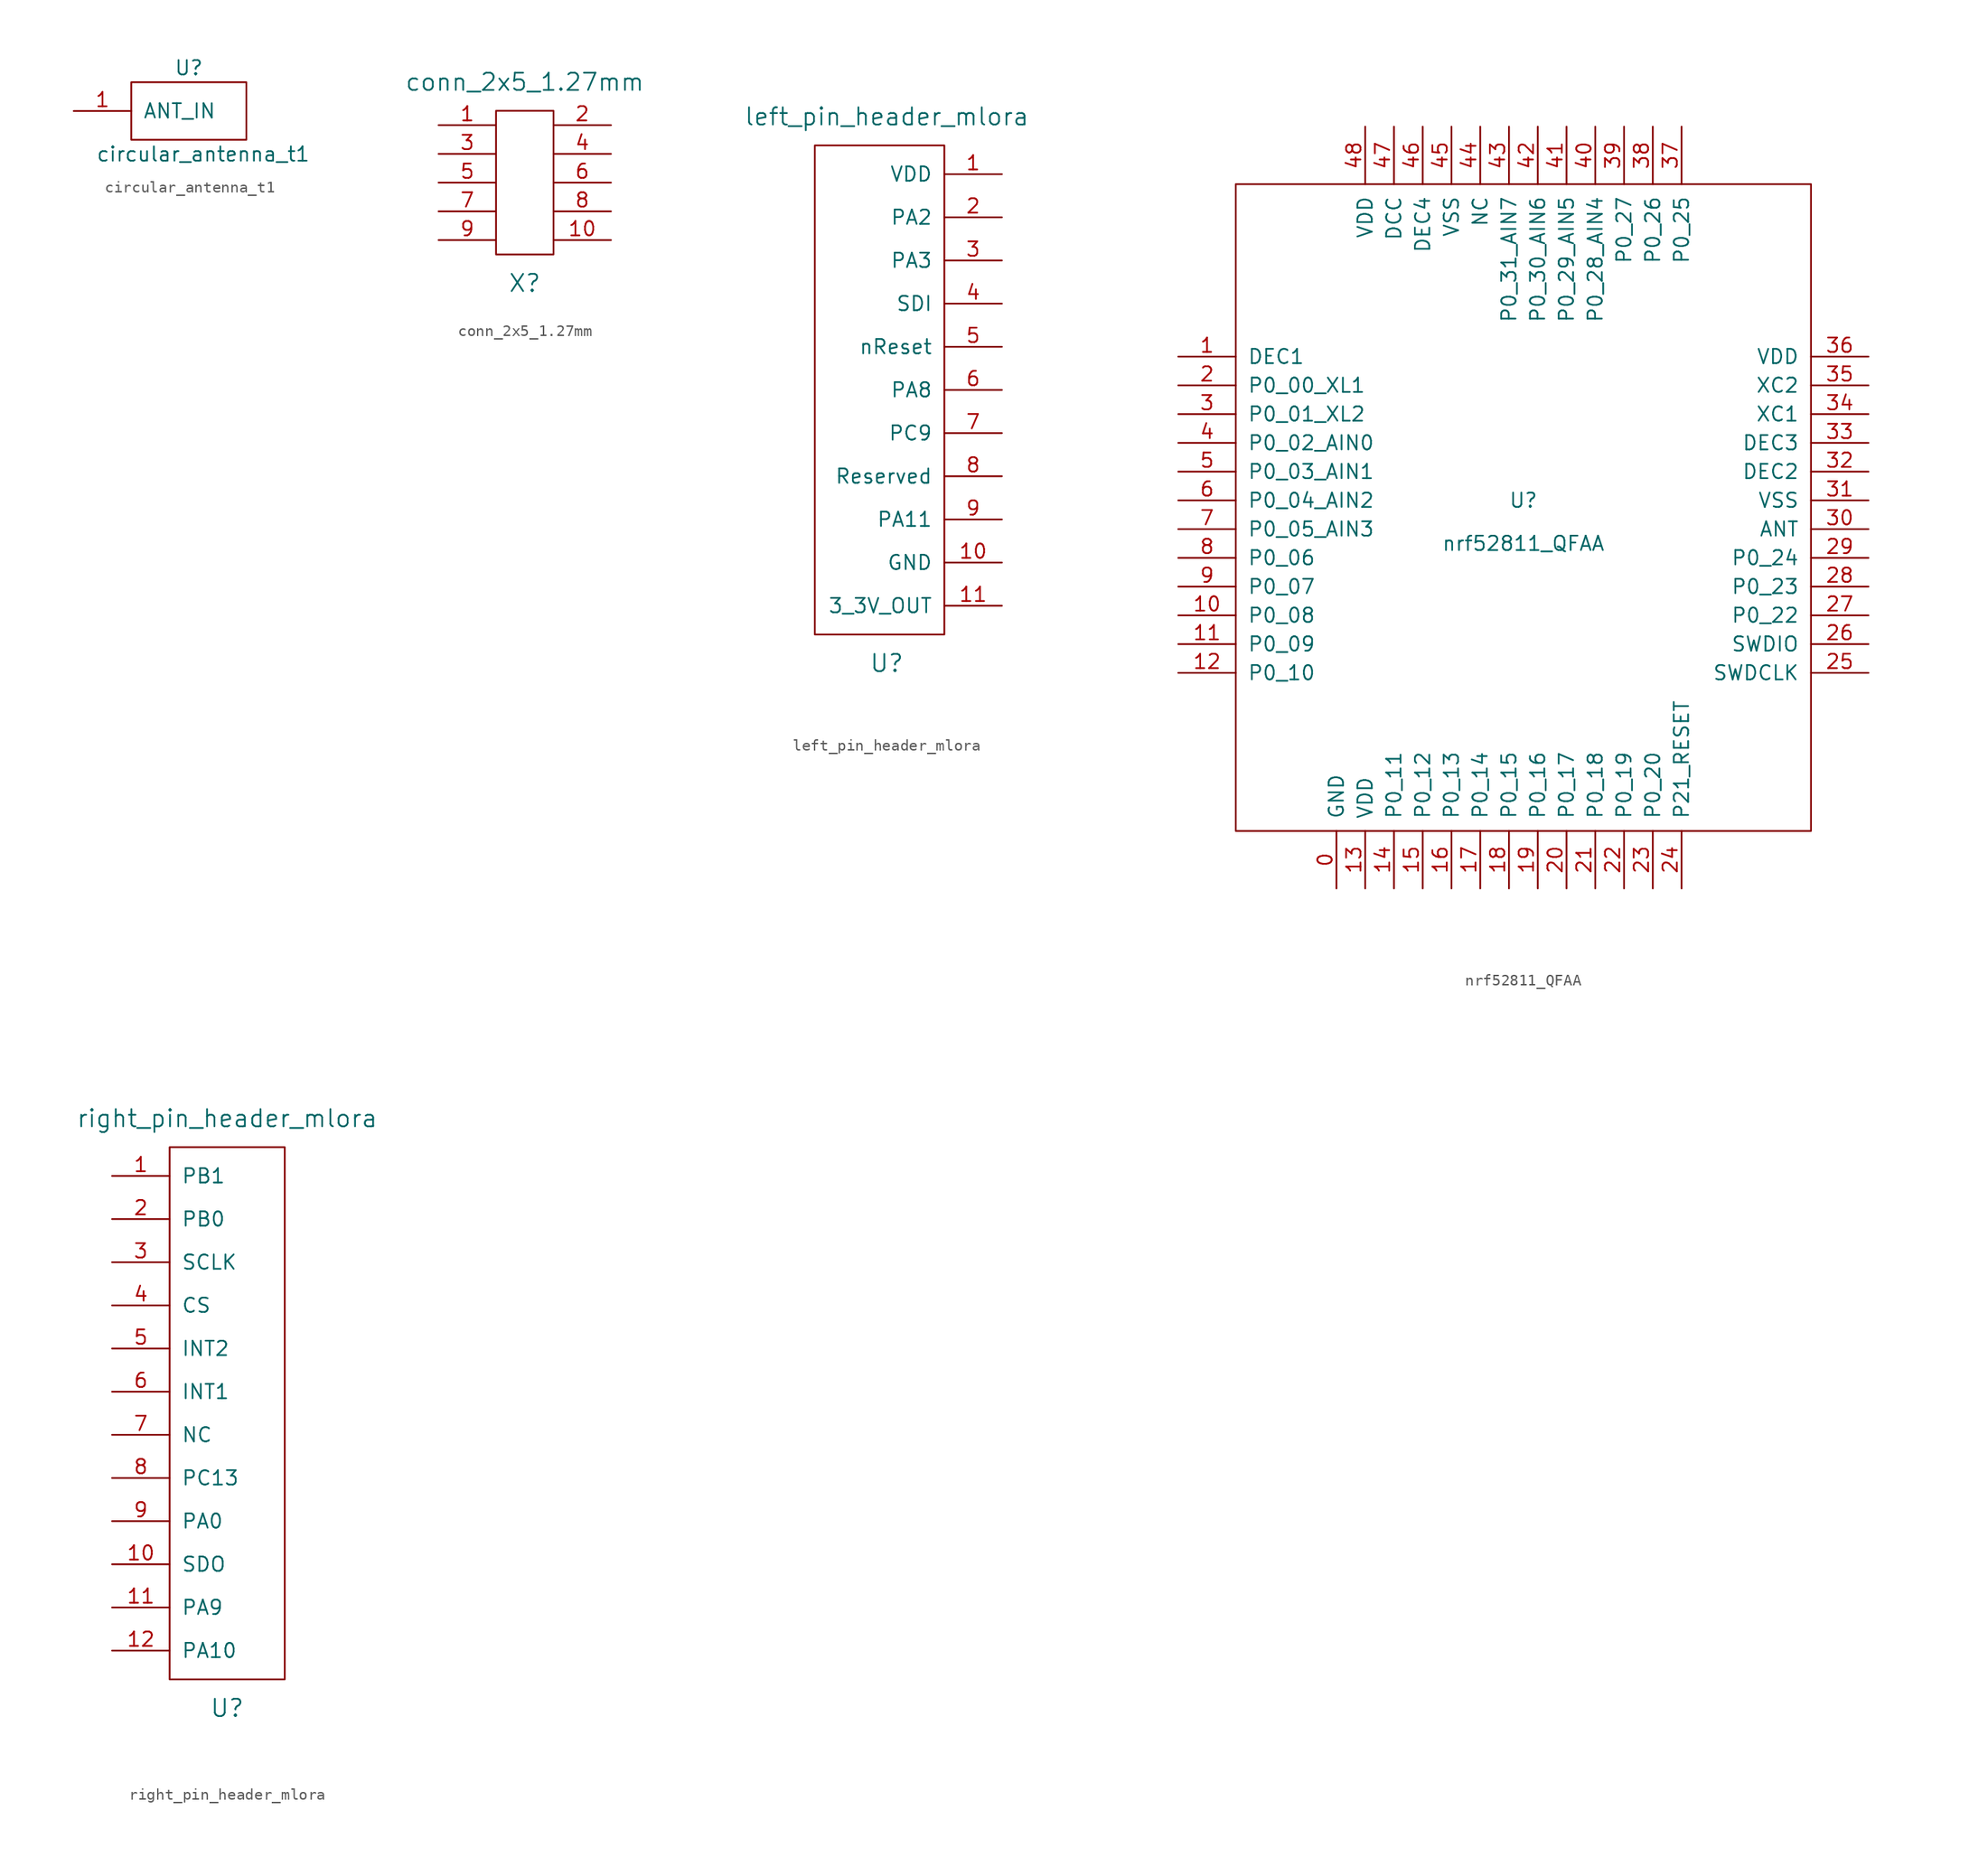
<source format=kicad_sym>
(kicad_symbol_lib
  (version 20211014)
  (generator kicad_symbol_editor)
  (symbol "circular_antenna_t1"
    (pin_names
      (offset 1.016))
    (property "Reference" "U"
      (at 0 3.81 0)
      (effects (font (size 1.27 1.27))))
    (property "Value" "circular_antenna_t1"
      (at 1.27 -3.81 0)
      (effects (font (size 1.27 1.27))))
    (symbol "circular_antenna_t1_1_1"
      (polyline (pts (xy 5.08 -2.54) (xy 5.08 2.54) (xy -5.08 2.54) (xy -5.08 -2.54) (xy 5.08 -2.54)) (stroke (width 0) (type default) (color 0 0 0 0)) (fill (type none)))
      (pin input line (at -10.16 0 0) (length 5.08) (name "ANT_IN" (effects (font (size 1.27 1.27)))) (number "1" (effects (font (size 1.27 1.27)))))))
  (symbol "conn_2x5_1.27mm"
    (pin_names
      (offset 1.016))
    (property "Reference" "X"
      (at 0 -8.89 0)
      (effects (font (size 1.524 1.524))))
    (property "Value" "conn_2x5_1.27mm"
      (at 0 8.89 0)
      (effects (font (size 1.524 1.524))))
    (property "Footprint" ""
      (at 1.27 7.62 0)
      (effects (font (size 1.524 1.524))))
    (property "Datasheet" ""
      (at 1.27 7.62 0)
      (effects (font (size 1.524 1.524))))
    (symbol "conn_2x5_1.27mm_0_1"
      (rectangle (start -2.54 6.35) (end 2.54 -6.35) (stroke (width 0) (type default) (color 0 0 0 0)) (fill (type none))))
    (symbol "conn_2x5_1.27mm_1_1"
      (pin input line (at -7.62 5.08 0) (length 5.08) (name "~" (effects (font (size 1.27 1.27)))) (number "1" (effects (font (size 1.27 1.27)))))
      (pin input line (at 7.62 -5.08 180) (length 5.08) (name "~" (effects (font (size 1.27 1.27)))) (number "10" (effects (font (size 1.27 1.27)))))
      (pin input line (at 7.62 5.08 180) (length 5.08) (name "~" (effects (font (size 1.27 1.27)))) (number "2" (effects (font (size 1.27 1.27)))))
      (pin input line (at -7.62 2.54 0) (length 5.08) (name "~" (effects (font (size 1.27 1.27)))) (number "3" (effects (font (size 1.27 1.27)))))
      (pin input line (at 7.62 2.54 180) (length 5.08) (name "~" (effects (font (size 1.27 1.27)))) (number "4" (effects (font (size 1.27 1.27)))))
      (pin input line (at -7.62 0 0) (length 5.08) (name "~" (effects (font (size 1.27 1.27)))) (number "5" (effects (font (size 1.27 1.27)))))
      (pin input line (at 7.62 0 180) (length 5.08) (name "~" (effects (font (size 1.27 1.27)))) (number "6" (effects (font (size 1.27 1.27)))))
      (pin input line (at -7.62 -2.54 0) (length 5.08) (name "~" (effects (font (size 1.27 1.27)))) (number "7" (effects (font (size 1.27 1.27)))))
      (pin input line (at 7.62 -2.54 180) (length 5.08) (name "~" (effects (font (size 1.27 1.27)))) (number "8" (effects (font (size 1.27 1.27)))))
      (pin input line (at -7.62 -5.08 0) (length 5.08) (name "~" (effects (font (size 1.27 1.27)))) (number "9" (effects (font (size 1.27 1.27)))))))
  (symbol "left_pin_header_mlora"
    (pin_names
      (offset 1.016))
    (property "Reference" "U"
      (at -7.62 -24.13 0)
      (effects (font (size 1.524 1.524))))
    (property "Value" "left_pin_header_mlora"
      (at -7.62 24.13 0)
      (effects (font (size 1.524 1.524))))
    (property "Footprint" ""
      (at 0 0 0)
      (effects (font (size 1.524 1.524))))
    (property "Datasheet" ""
      (at 0 0 0)
      (effects (font (size 1.524 1.524))))
    (symbol "left_pin_header_mlora_0_1"
      (rectangle (start -2.54 21.59) (end -13.97 -21.59) (stroke (width 0) (type default) (color 0 0 0 0)) (fill (type none))))
    (symbol "left_pin_header_mlora_1_1"
      (pin input line (at 2.54 19.05 180) (length 5.08) (name "VDD" (effects (font (size 1.27 1.27)))) (number "1" (effects (font (size 1.27 1.27)))))
      (pin input line (at 2.54 -15.24 180) (length 5.08) (name "GND" (effects (font (size 1.27 1.27)))) (number "10" (effects (font (size 1.27 1.27)))))
      (pin input line (at 2.54 -19.05 180) (length 5.08) (name "3_3V_OUT" (effects (font (size 1.27 1.27)))) (number "11" (effects (font (size 1.27 1.27)))))
      (pin input line (at 2.54 15.24 180) (length 5.08) (name "PA2" (effects (font (size 1.27 1.27)))) (number "2" (effects (font (size 1.27 1.27)))))
      (pin input line (at 2.54 11.43 180) (length 5.08) (name "PA3" (effects (font (size 1.27 1.27)))) (number "3" (effects (font (size 1.27 1.27)))))
      (pin input line (at 2.54 7.62 180) (length 5.08) (name "SDI" (effects (font (size 1.27 1.27)))) (number "4" (effects (font (size 1.27 1.27)))))
      (pin input line (at 2.54 3.81 180) (length 5.08) (name "nReset" (effects (font (size 1.27 1.27)))) (number "5" (effects (font (size 1.27 1.27)))))
      (pin input line (at 2.54 0 180) (length 5.08) (name "PA8" (effects (font (size 1.27 1.27)))) (number "6" (effects (font (size 1.27 1.27)))))
      (pin input line (at 2.54 -3.81 180) (length 5.08) (name "PC9" (effects (font (size 1.27 1.27)))) (number "7" (effects (font (size 1.27 1.27)))))
      (pin input line (at 2.54 -7.62 180) (length 5.08) (name "Reserved" (effects (font (size 1.27 1.27)))) (number "8" (effects (font (size 1.27 1.27)))))
      (pin input line (at 2.54 -11.43 180) (length 5.08) (name "PA11" (effects (font (size 1.27 1.27)))) (number "9" (effects (font (size 1.27 1.27)))))))
  (symbol "nrf52811_QFAA"
    (pin_names
      (offset 1.016))
    (property "Reference" "U"
      (at 0 1.27 0)
      (effects (font (size 1.27 1.27))))
    (property "Value" "nrf52811_QFAA"
      (at 0 -2.54 0)
      (effects (font (size 1.27 1.27))))
    (symbol "nrf52811_QFAA_0_1"
      (rectangle (start -25.4 29.21) (end 25.4 -27.94) (stroke (width 0) (type default) (color 0 0 0 0)) (fill (type none))))
    (symbol "nrf52811_QFAA_1_1"
      (pin input line (at -16.51 -33.02 90) (length 5.08) (name "GND" (effects (font (size 1.27 1.27)))) (number "0" (effects (font (size 1.27 1.27)))))
      (pin input line (at -30.48 13.97 0) (length 5.08) (name "DEC1" (effects (font (size 1.27 1.27)))) (number "1" (effects (font (size 1.27 1.27)))))
      (pin input line (at -30.48 -8.89 0) (length 5.08) (name "P0_08" (effects (font (size 1.27 1.27)))) (number "10" (effects (font (size 1.27 1.27)))))
      (pin input line (at -30.48 -11.43 0) (length 5.08) (name "P0_09" (effects (font (size 1.27 1.27)))) (number "11" (effects (font (size 1.27 1.27)))))
      (pin input line (at -30.48 -13.97 0) (length 5.08) (name "P0_10" (effects (font (size 1.27 1.27)))) (number "12" (effects (font (size 1.27 1.27)))))
      (pin input line (at -13.97 -33.02 90) (length 5.08) (name "VDD" (effects (font (size 1.27 1.27)))) (number "13" (effects (font (size 1.27 1.27)))))
      (pin input line (at -11.43 -33.02 90) (length 5.08) (name "P0_11" (effects (font (size 1.27 1.27)))) (number "14" (effects (font (size 1.27 1.27)))))
      (pin input line (at -8.89 -33.02 90) (length 5.08) (name "P0_12" (effects (font (size 1.27 1.27)))) (number "15" (effects (font (size 1.27 1.27)))))
      (pin input line (at -6.35 -33.02 90) (length 5.08) (name "P0_13" (effects (font (size 1.27 1.27)))) (number "16" (effects (font (size 1.27 1.27)))))
      (pin input line (at -3.81 -33.02 90) (length 5.08) (name "P0_14" (effects (font (size 1.27 1.27)))) (number "17" (effects (font (size 1.27 1.27)))))
      (pin input line (at -1.27 -33.02 90) (length 5.08) (name "P0_15" (effects (font (size 1.27 1.27)))) (number "18" (effects (font (size 1.27 1.27)))))
      (pin input line (at 1.27 -33.02 90) (length 5.08) (name "P0_16" (effects (font (size 1.27 1.27)))) (number "19" (effects (font (size 1.27 1.27)))))
      (pin input line (at -30.48 11.43 0) (length 5.08) (name "P0_00_XL1" (effects (font (size 1.27 1.27)))) (number "2" (effects (font (size 1.27 1.27)))))
      (pin input line (at 3.81 -33.02 90) (length 5.08) (name "P0_17" (effects (font (size 1.27 1.27)))) (number "20" (effects (font (size 1.27 1.27)))))
      (pin input line (at 6.35 -33.02 90) (length 5.08) (name "P0_18" (effects (font (size 1.27 1.27)))) (number "21" (effects (font (size 1.27 1.27)))))
      (pin input line (at 8.89 -33.02 90) (length 5.08) (name "P0_19" (effects (font (size 1.27 1.27)))) (number "22" (effects (font (size 1.27 1.27)))))
      (pin input line (at 11.43 -33.02 90) (length 5.08) (name "P0_20" (effects (font (size 1.27 1.27)))) (number "23" (effects (font (size 1.27 1.27)))))
      (pin input line (at 13.97 -33.02 90) (length 5.08) (name "P21_RESET" (effects (font (size 1.27 1.27)))) (number "24" (effects (font (size 1.27 1.27)))))
      (pin input line (at 30.48 -13.97 180) (length 5.08) (name "SWDCLK" (effects (font (size 1.27 1.27)))) (number "25" (effects (font (size 1.27 1.27)))))
      (pin input line (at 30.48 -11.43 180) (length 5.08) (name "SWDIO" (effects (font (size 1.27 1.27)))) (number "26" (effects (font (size 1.27 1.27)))))
      (pin input line (at 30.48 -8.89 180) (length 5.08) (name "P0_22" (effects (font (size 1.27 1.27)))) (number "27" (effects (font (size 1.27 1.27)))))
      (pin input line (at 30.48 -6.35 180) (length 5.08) (name "P0_23" (effects (font (size 1.27 1.27)))) (number "28" (effects (font (size 1.27 1.27)))))
      (pin input line (at 30.48 -3.81 180) (length 5.08) (name "P0_24" (effects (font (size 1.27 1.27)))) (number "29" (effects (font (size 1.27 1.27)))))
      (pin input line (at -30.48 8.89 0) (length 5.08) (name "P0_01_XL2" (effects (font (size 1.27 1.27)))) (number "3" (effects (font (size 1.27 1.27)))))
      (pin input line (at 30.48 -1.27 180) (length 5.08) (name "ANT" (effects (font (size 1.27 1.27)))) (number "30" (effects (font (size 1.27 1.27)))))
      (pin input line (at 30.48 1.27 180) (length 5.08) (name "VSS" (effects (font (size 1.27 1.27)))) (number "31" (effects (font (size 1.27 1.27)))))
      (pin input line (at 30.48 3.81 180) (length 5.08) (name "DEC2" (effects (font (size 1.27 1.27)))) (number "32" (effects (font (size 1.27 1.27)))))
      (pin input line (at 30.48 6.35 180) (length 5.08) (name "DEC3" (effects (font (size 1.27 1.27)))) (number "33" (effects (font (size 1.27 1.27)))))
      (pin input line (at 30.48 8.89 180) (length 5.08) (name "XC1" (effects (font (size 1.27 1.27)))) (number "34" (effects (font (size 1.27 1.27)))))
      (pin input line (at 30.48 11.43 180) (length 5.08) (name "XC2" (effects (font (size 1.27 1.27)))) (number "35" (effects (font (size 1.27 1.27)))))
      (pin input line (at 30.48 13.97 180) (length 5.08) (name "VDD" (effects (font (size 1.27 1.27)))) (number "36" (effects (font (size 1.27 1.27)))))
      (pin input line (at 13.97 34.29 270) (length 5.08) (name "P0_25" (effects (font (size 1.27 1.27)))) (number "37" (effects (font (size 1.27 1.27)))))
      (pin input line (at 11.43 34.29 270) (length 5.08) (name "P0_26" (effects (font (size 1.27 1.27)))) (number "38" (effects (font (size 1.27 1.27)))))
      (pin input line (at 8.89 34.29 270) (length 5.08) (name "P0_27" (effects (font (size 1.27 1.27)))) (number "39" (effects (font (size 1.27 1.27)))))
      (pin input line (at -30.48 6.35 0) (length 5.08) (name "P0_02_AIN0" (effects (font (size 1.27 1.27)))) (number "4" (effects (font (size 1.27 1.27)))))
      (pin input line (at 6.35 34.29 270) (length 5.08) (name "P0_28_AIN4" (effects (font (size 1.27 1.27)))) (number "40" (effects (font (size 1.27 1.27)))))
      (pin input line (at 3.81 34.29 270) (length 5.08) (name "P0_29_AIN5" (effects (font (size 1.27 1.27)))) (number "41" (effects (font (size 1.27 1.27)))))
      (pin input line (at 1.27 34.29 270) (length 5.08) (name "P0_30_AIN6" (effects (font (size 1.27 1.27)))) (number "42" (effects (font (size 1.27 1.27)))))
      (pin input line (at -1.27 34.29 270) (length 5.08) (name "P0_31_AIN7" (effects (font (size 1.27 1.27)))) (number "43" (effects (font (size 1.27 1.27)))))
      (pin input line (at -3.81 34.29 270) (length 5.08) (name "NC" (effects (font (size 1.27 1.27)))) (number "44" (effects (font (size 1.27 1.27)))))
      (pin input line (at -6.35 34.29 270) (length 5.08) (name "VSS" (effects (font (size 1.27 1.27)))) (number "45" (effects (font (size 1.27 1.27)))))
      (pin input line (at -8.89 34.29 270) (length 5.08) (name "DEC4" (effects (font (size 1.27 1.27)))) (number "46" (effects (font (size 1.27 1.27)))))
      (pin input line (at -11.43 34.29 270) (length 5.08) (name "DCC" (effects (font (size 1.27 1.27)))) (number "47" (effects (font (size 1.27 1.27)))))
      (pin input line (at -13.97 34.29 270) (length 5.08) (name "VDD" (effects (font (size 1.27 1.27)))) (number "48" (effects (font (size 1.27 1.27)))))
      (pin input line (at -30.48 3.81 0) (length 5.08) (name "P0_03_AIN1" (effects (font (size 1.27 1.27)))) (number "5" (effects (font (size 1.27 1.27)))))
      (pin input line (at -30.48 1.27 0) (length 5.08) (name "P0_04_AIN2" (effects (font (size 1.27 1.27)))) (number "6" (effects (font (size 1.27 1.27)))))
      (pin input line (at -30.48 -1.27 0) (length 5.08) (name "P0_05_AIN3" (effects (font (size 1.27 1.27)))) (number "7" (effects (font (size 1.27 1.27)))))
      (pin input line (at -30.48 -3.81 0) (length 5.08) (name "P0_06" (effects (font (size 1.27 1.27)))) (number "8" (effects (font (size 1.27 1.27)))))
      (pin input line (at -30.48 -6.35 0) (length 5.08) (name "P0_07" (effects (font (size 1.27 1.27)))) (number "9" (effects (font (size 1.27 1.27)))))))
  (symbol "right_pin_header_mlora"
    (pin_names
      (offset 1.016))
    (property "Reference" "U"
      (at -1.27 -27.94 0)
      (effects (font (size 1.524 1.524))))
    (property "Value" "right_pin_header_mlora"
      (at -1.27 24.13 0)
      (effects (font (size 1.524 1.524))))
    (property "Footprint" ""
      (at -8.89 0 0)
      (effects (font (size 1.524 1.524))))
    (property "Datasheet" ""
      (at -8.89 0 0)
      (effects (font (size 1.524 1.524))))
    (symbol "right_pin_header_mlora_0_1"
      (rectangle (start -6.35 21.59) (end 3.81 -25.4) (stroke (width 0) (type default) (color 0 0 0 0)) (fill (type none))))
    (symbol "right_pin_header_mlora_1_1"
      (pin input line (at -11.43 19.05 0) (length 5.08) (name "PB1" (effects (font (size 1.27 1.27)))) (number "1" (effects (font (size 1.27 1.27)))))
      (pin input line (at -11.43 -15.24 0) (length 5.08) (name "SDO" (effects (font (size 1.27 1.27)))) (number "10" (effects (font (size 1.27 1.27)))))
      (pin input line (at -11.43 -19.05 0) (length 5.08) (name "PA9" (effects (font (size 1.27 1.27)))) (number "11" (effects (font (size 1.27 1.27)))))
      (pin input line (at -11.43 -22.86 0) (length 5.08) (name "PA10" (effects (font (size 1.27 1.27)))) (number "12" (effects (font (size 1.27 1.27)))))
      (pin input line (at -11.43 15.24 0) (length 5.08) (name "PB0" (effects (font (size 1.27 1.27)))) (number "2" (effects (font (size 1.27 1.27)))))
      (pin input line (at -11.43 11.43 0) (length 5.08) (name "SCLK" (effects (font (size 1.27 1.27)))) (number "3" (effects (font (size 1.27 1.27)))))
      (pin input line (at -11.43 7.62 0) (length 5.08) (name "CS" (effects (font (size 1.27 1.27)))) (number "4" (effects (font (size 1.27 1.27)))))
      (pin input line (at -11.43 3.81 0) (length 5.08) (name "INT2" (effects (font (size 1.27 1.27)))) (number "5" (effects (font (size 1.27 1.27)))))
      (pin input line (at -11.43 0 0) (length 5.08) (name "INT1" (effects (font (size 1.27 1.27)))) (number "6" (effects (font (size 1.27 1.27)))))
      (pin input line (at -11.43 -3.81 0) (length 5.08) (name "NC" (effects (font (size 1.27 1.27)))) (number "7" (effects (font (size 1.27 1.27)))))
      (pin input line (at -11.43 -7.62 0) (length 5.08) (name "PC13" (effects (font (size 1.27 1.27)))) (number "8" (effects (font (size 1.27 1.27)))))
      (pin input line (at -11.43 -11.43 0) (length 5.08) (name "PA0" (effects (font (size 1.27 1.27)))) (number "9" (effects (font (size 1.27 1.27))))))))
</source>
